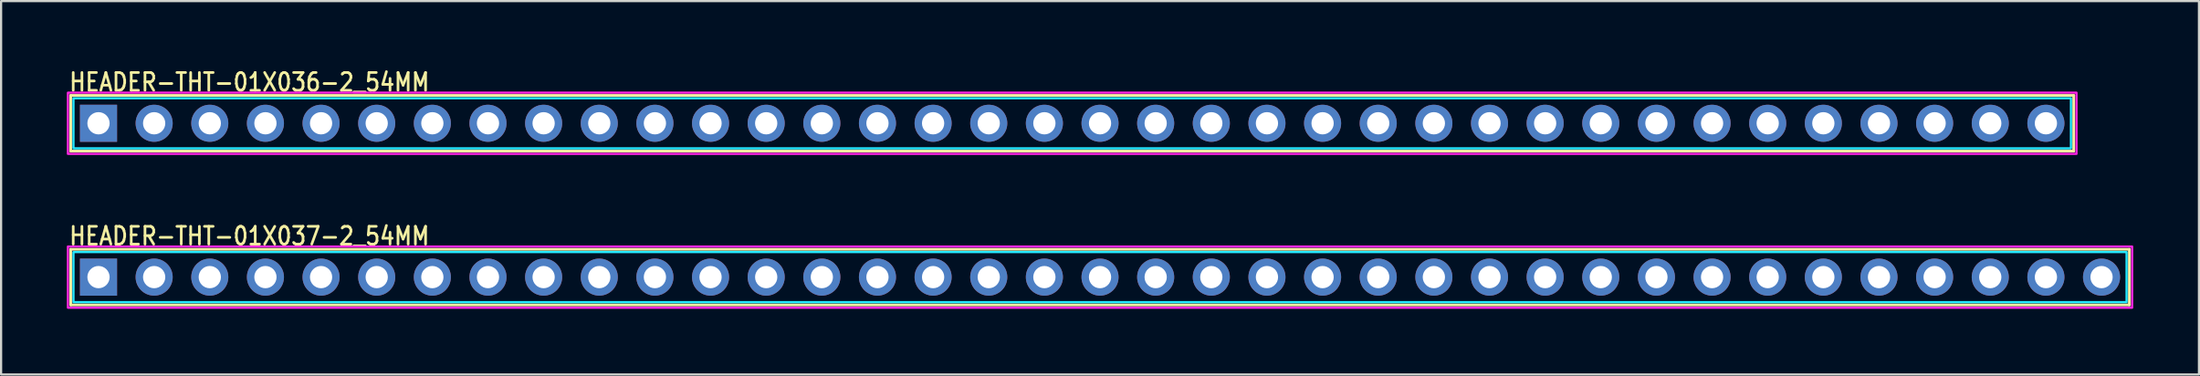
<source format=kicad_pcb>
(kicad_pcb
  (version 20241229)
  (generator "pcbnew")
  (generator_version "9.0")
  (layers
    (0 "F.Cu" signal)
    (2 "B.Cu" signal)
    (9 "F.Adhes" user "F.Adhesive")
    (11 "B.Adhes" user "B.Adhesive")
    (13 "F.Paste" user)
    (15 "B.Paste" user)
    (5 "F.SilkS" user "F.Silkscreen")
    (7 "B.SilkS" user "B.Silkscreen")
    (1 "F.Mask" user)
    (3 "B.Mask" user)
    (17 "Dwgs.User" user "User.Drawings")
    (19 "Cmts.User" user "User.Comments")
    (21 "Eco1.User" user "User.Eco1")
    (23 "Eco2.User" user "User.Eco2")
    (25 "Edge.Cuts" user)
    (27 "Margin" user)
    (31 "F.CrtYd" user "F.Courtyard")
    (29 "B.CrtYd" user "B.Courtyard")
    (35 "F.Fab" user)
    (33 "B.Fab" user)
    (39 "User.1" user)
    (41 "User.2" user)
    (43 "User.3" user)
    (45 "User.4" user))
  (footprint "HEADER-THT-01X036-2_54MM"
    (layer "F.Cu")
    (at 1.447 2.579)
    (property "Reference" "HEADER-THT-01X036-2_54MM" (at -1.4 -1.4 0) (unlocked yes) (layer "F.SilkS") (effects (font (size 0.813 0.695) (thickness 0.122)) (justify left bottom)))
    (fp_line (start -1.27 -1.27) (end -1.27 1.27) (stroke (width 0.127) (type solid)) (layer "F.SilkS"))
    (fp_line (start -1.27 1.27) (end 90.17 1.27) (stroke (width 0.127) (type solid)) (layer "F.SilkS"))
    (fp_line (start 90.17 -1.27) (end -1.27 -1.27) (stroke (width 0.127) (type solid)) (layer "F.SilkS"))
    (fp_line (start 90.17 1.27) (end 90.17 -1.27) (stroke (width 0.127) (type solid)) (layer "F.SilkS"))
    (fp_poly (pts (xy -1.143 -1.143) (xy 90.043 -1.143) (xy 90.043 1.143) (xy -1.143 1.143)) (stroke (width 0.1) (type solid)) (fill no) (layer "B.CrtYd"))
    (fp_poly (pts (xy -1.397 -1.397) (xy 90.297 -1.397) (xy 90.297 1.397) (xy -1.397 1.397)) (stroke (width 0.1) (type solid)) (fill no) (layer "F.CrtYd"))
    (pad "1" thru_hole rect (at 0 0) (size 1.693 1.693) (drill 1.016) (layers "*.Cu" "*.Mask"))
    (pad "2" thru_hole oval (at 2.54 0) (size 1.693 1.693) (drill 1.016) (layers "*.Cu" "*.Mask"))
    (pad "3" thru_hole oval (at 5.08 0) (size 1.693 1.693) (drill 1.016) (layers "*.Cu" "*.Mask"))
    (pad "4" thru_hole oval (at 7.62 0) (size 1.693 1.693) (drill 1.016) (layers "*.Cu" "*.Mask"))
    (pad "5" thru_hole oval (at 10.16 0) (size 1.693 1.693) (drill 1.016) (layers "*.Cu" "*.Mask"))
    (pad "6" thru_hole oval (at 12.7 0) (size 1.693 1.693) (drill 1.016) (layers "*.Cu" "*.Mask"))
    (pad "7" thru_hole oval (at 15.24 0) (size 1.693 1.693) (drill 1.016) (layers "*.Cu" "*.Mask"))
    (pad "8" thru_hole oval (at 17.78 0) (size 1.693 1.693) (drill 1.016) (layers "*.Cu" "*.Mask"))
    (pad "9" thru_hole oval (at 20.32 0) (size 1.693 1.693) (drill 1.016) (layers "*.Cu" "*.Mask"))
    (pad "10" thru_hole oval (at 22.86 0) (size 1.693 1.693) (drill 1.016) (layers "*.Cu" "*.Mask"))
    (pad "11" thru_hole oval (at 25.4 0) (size 1.693 1.693) (drill 1.016) (layers "*.Cu" "*.Mask"))
    (pad "12" thru_hole oval (at 27.94 0) (size 1.693 1.693) (drill 1.016) (layers "*.Cu" "*.Mask"))
    (pad "13" thru_hole oval (at 30.48 0) (size 1.693 1.693) (drill 1.016) (layers "*.Cu" "*.Mask"))
    (pad "14" thru_hole oval (at 33.02 0) (size 1.693 1.693) (drill 1.016) (layers "*.Cu" "*.Mask"))
    (pad "15" thru_hole oval (at 35.56 0) (size 1.693 1.693) (drill 1.016) (layers "*.Cu" "*.Mask"))
    (pad "16" thru_hole oval (at 38.1 0) (size 1.693 1.693) (drill 1.016) (layers "*.Cu" "*.Mask"))
    (pad "17" thru_hole oval (at 40.64 0) (size 1.693 1.693) (drill 1.016) (layers "*.Cu" "*.Mask"))
    (pad "18" thru_hole oval (at 43.18 0) (size 1.693 1.693) (drill 1.016) (layers "*.Cu" "*.Mask"))
    (pad "19" thru_hole oval (at 45.72 0) (size 1.693 1.693) (drill 1.016) (layers "*.Cu" "*.Mask"))
    (pad "20" thru_hole oval (at 48.26 0) (size 1.693 1.693) (drill 1.016) (layers "*.Cu" "*.Mask"))
    (pad "21" thru_hole oval (at 50.8 0) (size 1.693 1.693) (drill 1.016) (layers "*.Cu" "*.Mask"))
    (pad "22" thru_hole oval (at 53.34 0) (size 1.693 1.693) (drill 1.016) (layers "*.Cu" "*.Mask"))
    (pad "23" thru_hole oval (at 55.88 0) (size 1.693 1.693) (drill 1.016) (layers "*.Cu" "*.Mask"))
    (pad "24" thru_hole oval (at 58.42 0) (size 1.693 1.693) (drill 1.016) (layers "*.Cu" "*.Mask"))
    (pad "25" thru_hole oval (at 60.96 0) (size 1.693 1.693) (drill 1.016) (layers "*.Cu" "*.Mask"))
    (pad "26" thru_hole oval (at 63.5 0) (size 1.693 1.693) (drill 1.016) (layers "*.Cu" "*.Mask"))
    (pad "27" thru_hole oval (at 66.04 0) (size 1.693 1.693) (drill 1.016) (layers "*.Cu" "*.Mask"))
    (pad "28" thru_hole oval (at 68.58 0) (size 1.693 1.693) (drill 1.016) (layers "*.Cu" "*.Mask"))
    (pad "29" thru_hole oval (at 71.12 0) (size 1.693 1.693) (drill 1.016) (layers "*.Cu" "*.Mask"))
    (pad "30" thru_hole oval (at 73.66 0) (size 1.693 1.693) (drill 1.016) (layers "*.Cu" "*.Mask"))
    (pad "31" thru_hole oval (at 76.2 0) (size 1.693 1.693) (drill 1.016) (layers "*.Cu" "*.Mask"))
    (pad "32" thru_hole oval (at 78.74 0) (size 1.693 1.693) (drill 1.016) (layers "*.Cu" "*.Mask"))
    (pad "33" thru_hole oval (at 81.28 0) (size 1.693 1.693) (drill 1.016) (layers "*.Cu" "*.Mask"))
    (pad "34" thru_hole oval (at 83.82 0) (size 1.693 1.693) (drill 1.016) (layers "*.Cu" "*.Mask"))
    (pad "35" thru_hole oval (at 86.36 0) (size 1.693 1.693) (drill 1.016) (layers "*.Cu" "*.Mask"))
    (pad "36" thru_hole oval (at 88.9 0) (size 1.693 1.693) (drill 1.016) (layers "*.Cu" "*.Mask")))
  (footprint "HEADER-THT-01X037-2_54MM"
    (layer "F.Cu")
    (at 1.447 9.604)
    (property "Reference" "HEADER-THT-01X037-2_54MM" (at -1.4 -1.4 0) (unlocked yes) (layer "F.SilkS") (effects (font (size 0.813 0.695) (thickness 0.122)) (justify left bottom)))
    (fp_line (start -1.27 -1.27) (end -1.27 1.27) (stroke (width 0.127) (type solid)) (layer "F.SilkS"))
    (fp_line (start -1.27 1.27) (end 92.71 1.27) (stroke (width 0.127) (type solid)) (layer "F.SilkS"))
    (fp_line (start 92.71 -1.27) (end -1.27 -1.27) (stroke (width 0.127) (type solid)) (layer "F.SilkS"))
    (fp_line (start 92.71 1.27) (end 92.71 -1.27) (stroke (width 0.127) (type solid)) (layer "F.SilkS"))
    (fp_poly (pts (xy -1.143 -1.143) (xy 92.583 -1.143) (xy 92.583 1.143) (xy -1.143 1.143)) (stroke (width 0.1) (type solid)) (fill no) (layer "B.CrtYd"))
    (fp_poly (pts (xy -1.397 -1.397) (xy 92.837 -1.397) (xy 92.837 1.397) (xy -1.397 1.397)) (stroke (width 0.1) (type solid)) (fill no) (layer "F.CrtYd"))
    (pad "1" thru_hole rect (at 0 0) (size 1.693 1.693) (drill 1.016) (layers "*.Cu" "*.Mask"))
    (pad "2" thru_hole oval (at 2.54 0) (size 1.693 1.693) (drill 1.016) (layers "*.Cu" "*.Mask"))
    (pad "3" thru_hole oval (at 5.08 0) (size 1.693 1.693) (drill 1.016) (layers "*.Cu" "*.Mask"))
    (pad "4" thru_hole oval (at 7.62 0) (size 1.693 1.693) (drill 1.016) (layers "*.Cu" "*.Mask"))
    (pad "5" thru_hole oval (at 10.16 0) (size 1.693 1.693) (drill 1.016) (layers "*.Cu" "*.Mask"))
    (pad "6" thru_hole oval (at 12.7 0) (size 1.693 1.693) (drill 1.016) (layers "*.Cu" "*.Mask"))
    (pad "7" thru_hole oval (at 15.24 0) (size 1.693 1.693) (drill 1.016) (layers "*.Cu" "*.Mask"))
    (pad "8" thru_hole oval (at 17.78 0) (size 1.693 1.693) (drill 1.016) (layers "*.Cu" "*.Mask"))
    (pad "9" thru_hole oval (at 20.32 0) (size 1.693 1.693) (drill 1.016) (layers "*.Cu" "*.Mask"))
    (pad "10" thru_hole oval (at 22.86 0) (size 1.693 1.693) (drill 1.016) (layers "*.Cu" "*.Mask"))
    (pad "11" thru_hole oval (at 25.4 0) (size 1.693 1.693) (drill 1.016) (layers "*.Cu" "*.Mask"))
    (pad "12" thru_hole oval (at 27.94 0) (size 1.693 1.693) (drill 1.016) (layers "*.Cu" "*.Mask"))
    (pad "13" thru_hole oval (at 30.48 0) (size 1.693 1.693) (drill 1.016) (layers "*.Cu" "*.Mask"))
    (pad "14" thru_hole oval (at 33.02 0) (size 1.693 1.693) (drill 1.016) (layers "*.Cu" "*.Mask"))
    (pad "15" thru_hole oval (at 35.56 0) (size 1.693 1.693) (drill 1.016) (layers "*.Cu" "*.Mask"))
    (pad "16" thru_hole oval (at 38.1 0) (size 1.693 1.693) (drill 1.016) (layers "*.Cu" "*.Mask"))
    (pad "17" thru_hole oval (at 40.64 0) (size 1.693 1.693) (drill 1.016) (layers "*.Cu" "*.Mask"))
    (pad "18" thru_hole oval (at 43.18 0) (size 1.693 1.693) (drill 1.016) (layers "*.Cu" "*.Mask"))
    (pad "19" thru_hole oval (at 45.72 0) (size 1.693 1.693) (drill 1.016) (layers "*.Cu" "*.Mask"))
    (pad "20" thru_hole oval (at 48.26 0) (size 1.693 1.693) (drill 1.016) (layers "*.Cu" "*.Mask"))
    (pad "21" thru_hole oval (at 50.8 0) (size 1.693 1.693) (drill 1.016) (layers "*.Cu" "*.Mask"))
    (pad "22" thru_hole oval (at 53.34 0) (size 1.693 1.693) (drill 1.016) (layers "*.Cu" "*.Mask"))
    (pad "23" thru_hole oval (at 55.88 0) (size 1.693 1.693) (drill 1.016) (layers "*.Cu" "*.Mask"))
    (pad "24" thru_hole oval (at 58.42 0) (size 1.693 1.693) (drill 1.016) (layers "*.Cu" "*.Mask"))
    (pad "25" thru_hole oval (at 60.96 0) (size 1.693 1.693) (drill 1.016) (layers "*.Cu" "*.Mask"))
    (pad "26" thru_hole oval (at 63.5 0) (size 1.693 1.693) (drill 1.016) (layers "*.Cu" "*.Mask"))
    (pad "27" thru_hole oval (at 66.04 0) (size 1.693 1.693) (drill 1.016) (layers "*.Cu" "*.Mask"))
    (pad "28" thru_hole oval (at 68.58 0) (size 1.693 1.693) (drill 1.016) (layers "*.Cu" "*.Mask"))
    (pad "29" thru_hole oval (at 71.12 0) (size 1.693 1.693) (drill 1.016) (layers "*.Cu" "*.Mask"))
    (pad "30" thru_hole oval (at 73.66 0) (size 1.693 1.693) (drill 1.016) (layers "*.Cu" "*.Mask"))
    (pad "31" thru_hole oval (at 76.2 0) (size 1.693 1.693) (drill 1.016) (layers "*.Cu" "*.Mask"))
    (pad "32" thru_hole oval (at 78.74 0) (size 1.693 1.693) (drill 1.016) (layers "*.Cu" "*.Mask"))
    (pad "33" thru_hole oval (at 81.28 0) (size 1.693 1.693) (drill 1.016) (layers "*.Cu" "*.Mask"))
    (pad "34" thru_hole oval (at 83.82 0) (size 1.693 1.693) (drill 1.016) (layers "*.Cu" "*.Mask"))
    (pad "35" thru_hole oval (at 86.36 0) (size 1.693 1.693) (drill 1.016) (layers "*.Cu" "*.Mask"))
    (pad "36" thru_hole oval (at 88.9 0) (size 1.693 1.693) (drill 1.016) (layers "*.Cu" "*.Mask"))
    (pad "37" thru_hole oval (at 91.44 0) (size 1.693 1.693) (drill 1.016) (layers "*.Cu" "*.Mask")))
  (gr_rect
    (start -3 -3)
    (end 97.334 14.051)
    (stroke (width 0.1) (type default))
    (fill no)
    (layer "Edge.Cuts")))
</source>
